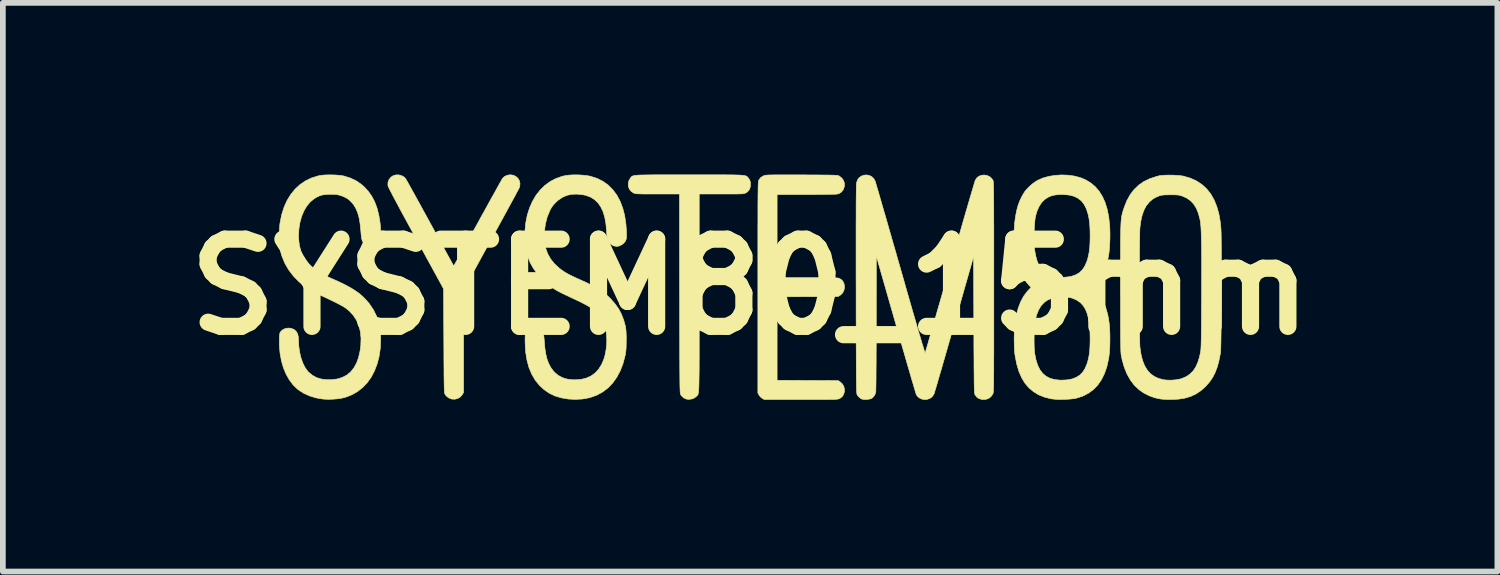
<source format=kicad_pcb>
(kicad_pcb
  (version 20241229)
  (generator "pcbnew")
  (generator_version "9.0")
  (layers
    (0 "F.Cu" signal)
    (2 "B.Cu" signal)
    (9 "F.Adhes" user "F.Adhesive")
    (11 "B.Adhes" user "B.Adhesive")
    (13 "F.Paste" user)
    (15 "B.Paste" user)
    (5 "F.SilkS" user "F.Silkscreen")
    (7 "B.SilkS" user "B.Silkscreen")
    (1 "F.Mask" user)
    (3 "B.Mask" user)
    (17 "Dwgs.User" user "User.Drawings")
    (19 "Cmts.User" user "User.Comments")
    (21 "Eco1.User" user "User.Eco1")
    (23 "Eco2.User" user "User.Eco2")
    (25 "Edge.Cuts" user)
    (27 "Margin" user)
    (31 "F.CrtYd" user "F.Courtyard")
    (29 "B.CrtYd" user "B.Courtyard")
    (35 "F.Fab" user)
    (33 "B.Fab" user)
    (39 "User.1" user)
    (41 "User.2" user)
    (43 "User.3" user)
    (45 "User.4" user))
  (footprint "SYSTEM80_15mm"
    (layer "F.Cu")
    (at 10.058 1.964)
    (property "Reference" "SYSTEM80_15mm" (at 0 0 0) (layer "F.SilkS") (effects (font (size 1.524 1.524) (thickness 0.3))))
    (attr through_hole)
    (fp_poly (pts (xy -4.137 -1.952) (xy -4.092 -1.93) (xy -4.056 -1.897) (xy -4.032 -1.855) (xy -4.021 -1.809) (xy -4.025 -1.759) (xy -4.034 -1.732) (xy -4.041 -1.719) (xy -4.056 -1.69) (xy -4.078 -1.649) (xy -4.107 -1.594) (xy -4.143 -1.528) (xy -4.185 -1.452) (xy -4.231 -1.366) (xy -4.283 -1.271) (xy -4.338 -1.17) (xy -4.397 -1.062) (xy -4.459 -0.949) (xy -4.523 -0.832) (xy -4.53 -0.819) (xy -5.007 0.054) (xy -5.007 1.844) (xy -5.029 1.882) (xy -5.062 1.921) (xy -5.106 1.948) (xy -5.157 1.962) (xy -5.21 1.96) (xy -5.22 1.958) (xy -5.265 1.94) (xy -5.305 1.91) (xy -5.332 1.875) (xy -5.334 1.869) (xy -5.337 1.862) (xy -5.339 1.851) (xy -5.341 1.836) (xy -5.342 1.815) (xy -5.344 1.789) (xy -5.345 1.755) (xy -5.346 1.712) (xy -5.347 1.66) (xy -5.348 1.598) (xy -5.349 1.523) (xy -5.349 1.436) (xy -5.35 1.335) (xy -5.351 1.219) (xy -5.351 1.087) (xy -5.352 0.939) (xy -5.357 0.032) (xy -5.84 -0.85) (xy -5.921 -0.999) (xy -5.994 -1.133) (xy -6.059 -1.252) (xy -6.116 -1.357) (xy -6.165 -1.449) (xy -6.207 -1.528) (xy -6.243 -1.594) (xy -6.271 -1.65) (xy -6.294 -1.694) (xy -6.311 -1.728) (xy -6.322 -1.752) (xy -6.328 -1.768) (xy -6.329 -1.772) (xy -6.328 -1.827) (xy -6.31 -1.875) (xy -6.278 -1.916) (xy -6.241 -1.942) (xy -6.193 -1.957) (xy -6.142 -1.958) (xy -6.092 -1.946) (xy -6.049 -1.922) (xy -6.021 -1.895) (xy -6.014 -1.882) (xy -5.998 -1.855) (xy -5.975 -1.815) (xy -5.946 -1.762) (xy -5.91 -1.697) (xy -5.869 -1.623) (xy -5.823 -1.539) (xy -5.772 -1.448) (xy -5.719 -1.35) (xy -5.662 -1.247) (xy -5.603 -1.139) (xy -5.593 -1.12) (xy -5.534 -1.013) (xy -5.478 -0.91) (xy -5.424 -0.812) (xy -5.375 -0.722) (xy -5.329 -0.639) (xy -5.289 -0.565) (xy -5.254 -0.502) (xy -5.225 -0.449) (xy -5.203 -0.409) (xy -5.188 -0.382) (xy -5.181 -0.37) (xy -5.18 -0.37) (xy -5.175 -0.376) (xy -5.162 -0.398) (xy -5.141 -0.433) (xy -5.114 -0.481) (xy -5.08 -0.541) (xy -5.04 -0.611) (xy -4.995 -0.691) (xy -4.946 -0.779) (xy -4.893 -0.874) (xy -4.837 -0.975) (xy -4.778 -1.082) (xy -4.758 -1.118) (xy -4.699 -1.227) (xy -4.641 -1.331) (xy -4.586 -1.431) (xy -4.535 -1.524) (xy -4.487 -1.609) (xy -4.445 -1.685) (xy -4.408 -1.752) (xy -4.377 -1.808) (xy -4.352 -1.851) (xy -4.335 -1.882) (xy -4.326 -1.898) (xy -4.324 -1.899) (xy -4.295 -1.927) (xy -4.255 -1.947) (xy -4.208 -1.958) (xy -4.188 -1.959) (xy -4.137 -1.952)) (stroke (width 0.01) (type solid)) (fill yes) (layer "F.SilkS"))
    (fp_poly (pts (xy 0.715 -1.958) (xy 0.839 -1.958) (xy 0.912 -1.958) (xy 1.033 -1.957) (xy 1.137 -1.957) (xy 1.225 -1.956) (xy 1.3 -1.955) (xy 1.361 -1.955) (xy 1.412 -1.954) (xy 1.452 -1.953) (xy 1.483 -1.951) (xy 1.507 -1.95) (xy 1.524 -1.948) (xy 1.537 -1.946) (xy 1.547 -1.943) (xy 1.554 -1.94) (xy 1.559 -1.937) (xy 1.603 -1.902) (xy 1.634 -1.858) (xy 1.649 -1.808) (xy 1.648 -1.757) (xy 1.631 -1.706) (xy 1.602 -1.664) (xy 1.566 -1.637) (xy 1.528 -1.623) (xy 1.512 -1.622) (xy 1.48 -1.62) (xy 1.434 -1.619) (xy 1.374 -1.618) (xy 1.304 -1.617) (xy 1.224 -1.616) (xy 1.137 -1.615) (xy 1.044 -1.615) (xy 0.982 -1.615) (xy 0.472 -1.615) (xy 0.472 -0.163) (xy 1 -0.163) (xy 1.112 -0.163) (xy 1.207 -0.163) (xy 1.287 -0.163) (xy 1.353 -0.162) (xy 1.406 -0.162) (xy 1.449 -0.161) (xy 1.483 -0.159) (xy 1.509 -0.158) (xy 1.528 -0.156) (xy 1.543 -0.154) (xy 1.554 -0.151) (xy 1.563 -0.147) (xy 1.566 -0.146) (xy 1.604 -0.12) (xy 1.631 -0.083) (xy 1.646 -0.039) (xy 1.65 0.009) (xy 1.641 0.056) (xy 1.621 0.099) (xy 1.588 0.135) (xy 1.578 0.142) (xy 1.539 0.168) (xy 1.005 0.17) (xy 0.472 0.173) (xy 0.472 1.632) (xy 1.005 1.635) (xy 1.539 1.637) (xy 1.578 1.663) (xy 1.614 1.697) (xy 1.638 1.739) (xy 1.649 1.785) (xy 1.648 1.833) (xy 1.634 1.879) (xy 1.609 1.918) (xy 1.571 1.947) (xy 1.566 1.95) (xy 1.558 1.953) (xy 1.55 1.956) (xy 1.54 1.959) (xy 1.526 1.961) (xy 1.508 1.963) (xy 1.484 1.965) (xy 1.453 1.966) (xy 1.414 1.967) (xy 1.364 1.967) (xy 1.304 1.968) (xy 1.231 1.968) (xy 1.144 1.968) (xy 1.042 1.968) (xy 0.924 1.968) (xy 0.888 1.968) (xy 0.249 1.968) (xy 0.213 1.948) (xy 0.184 1.925) (xy 0.16 1.896) (xy 0.157 1.891) (xy 0.136 1.855) (xy 0.136 0.011) (xy 0.136 -0.204) (xy 0.136 -0.402) (xy 0.136 -0.583) (xy 0.136 -0.748) (xy 0.136 -0.898) (xy 0.136 -1.034) (xy 0.137 -1.156) (xy 0.137 -1.265) (xy 0.137 -1.362) (xy 0.137 -1.447) (xy 0.138 -1.522) (xy 0.138 -1.587) (xy 0.139 -1.643) (xy 0.14 -1.69) (xy 0.14 -1.73) (xy 0.141 -1.763) (xy 0.142 -1.79) (xy 0.143 -1.811) (xy 0.145 -1.828) (xy 0.146 -1.84) (xy 0.148 -1.85) (xy 0.149 -1.857) (xy 0.151 -1.862) (xy 0.153 -1.867) (xy 0.154 -1.868) (xy 0.183 -1.909) (xy 0.225 -1.937) (xy 0.259 -1.95) (xy 0.272 -1.952) (xy 0.296 -1.954) (xy 0.332 -1.956) (xy 0.38 -1.957) (xy 0.442 -1.958) (xy 0.518 -1.958) (xy 0.609 -1.958) (xy 0.715 -1.958)) (stroke (width 0.01) (type solid)) (fill yes) (layer "F.SilkS"))
    (fp_poly (pts (xy -0.645 -1.959) (xy -0.539 -1.959) (xy -0.446 -1.959) (xy -0.366 -1.958) (xy -0.298 -1.958) (xy -0.241 -1.956) (xy -0.194 -1.955) (xy -0.155 -1.952) (xy -0.124 -1.95) (xy -0.1 -1.946) (xy -0.081 -1.942) (xy -0.067 -1.937) (xy -0.056 -1.931) (xy -0.048 -1.924) (xy -0.041 -1.917) (xy -0.035 -1.908) (xy -0.027 -1.898) (xy -0.024 -1.893) (xy -0.007 -1.869) (xy 0.002 -1.843) (xy 0.007 -1.809) (xy 0.007 -1.803) (xy 0.003 -1.745) (xy -0.015 -1.697) (xy -0.048 -1.66) (xy -0.072 -1.645) (xy -0.082 -1.64) (xy -0.092 -1.635) (xy -0.103 -1.632) (xy -0.118 -1.629) (xy -0.138 -1.627) (xy -0.166 -1.626) (xy -0.202 -1.625) (xy -0.248 -1.624) (xy -0.307 -1.624) (xy -0.379 -1.624) (xy -0.468 -1.624) (xy -0.889 -1.624) (xy -0.889 0.105) (xy -0.889 0.315) (xy -0.889 0.507) (xy -0.889 0.683) (xy -0.889 0.843) (xy -0.889 0.988) (xy -0.889 1.119) (xy -0.889 1.236) (xy -0.89 1.34) (xy -0.89 1.433) (xy -0.891 1.514) (xy -0.892 1.585) (xy -0.893 1.646) (xy -0.894 1.698) (xy -0.895 1.742) (xy -0.897 1.778) (xy -0.899 1.808) (xy -0.901 1.833) (xy -0.904 1.852) (xy -0.907 1.866) (xy -0.91 1.878) (xy -0.914 1.886) (xy -0.918 1.892) (xy -0.922 1.898) (xy -0.927 1.902) (xy -0.933 1.907) (xy -0.938 1.913) (xy -0.975 1.941) (xy -1.023 1.959) (xy -1.075 1.965) (xy -1.115 1.96) (xy -1.161 1.939) (xy -1.199 1.903) (xy -1.211 1.886) (xy -1.213 1.882) (xy -1.215 1.877) (xy -1.217 1.871) (xy -1.219 1.863) (xy -1.22 1.852) (xy -1.222 1.837) (xy -1.223 1.818) (xy -1.224 1.793) (xy -1.225 1.763) (xy -1.226 1.725) (xy -1.227 1.68) (xy -1.227 1.627) (xy -1.228 1.564) (xy -1.228 1.492) (xy -1.229 1.409) (xy -1.229 1.315) (xy -1.23 1.208) (xy -1.23 1.088) (xy -1.23 0.955) (xy -1.231 0.807) (xy -1.231 0.644) (xy -1.231 0.465) (xy -1.231 0.269) (xy -1.232 0.116) (xy -1.234 -1.624) (xy -1.616 -1.624) (xy -1.71 -1.624) (xy -1.787 -1.624) (xy -1.85 -1.624) (xy -1.899 -1.625) (xy -1.938 -1.626) (xy -1.968 -1.627) (xy -1.99 -1.629) (xy -2.006 -1.632) (xy -2.019 -1.635) (xy -2.03 -1.639) (xy -2.039 -1.643) (xy -2.081 -1.673) (xy -2.111 -1.712) (xy -2.127 -1.759) (xy -2.129 -1.809) (xy -2.117 -1.858) (xy -2.09 -1.904) (xy -2.088 -1.906) (xy -2.082 -1.915) (xy -2.075 -1.922) (xy -2.069 -1.929) (xy -2.061 -1.934) (xy -2.05 -1.939) (xy -2.036 -1.944) (xy -2.017 -1.947) (xy -1.992 -1.95) (xy -1.961 -1.953) (xy -1.922 -1.955) (xy -1.874 -1.956) (xy -1.816 -1.957) (xy -1.747 -1.958) (xy -1.667 -1.959) (xy -1.573 -1.959) (xy -1.466 -1.959) (xy -1.343 -1.959) (xy -1.204 -1.959) (xy -1.059 -1.959) (xy -0.905 -1.959) (xy -0.767 -1.959) (xy -0.645 -1.959)) (stroke (width 0.01) (type solid)) (fill yes) (layer "F.SilkS"))
    (fp_poly (pts (xy -7.273 -1.957) (xy -7.204 -1.953) (xy -7.144 -1.946) (xy -7.096 -1.938) (xy -7.095 -1.937) (xy -6.981 -1.901) (xy -6.878 -1.851) (xy -6.787 -1.787) (xy -6.747 -1.752) (xy -6.674 -1.674) (xy -6.612 -1.586) (xy -6.561 -1.489) (xy -6.52 -1.38) (xy -6.489 -1.257) (xy -6.472 -1.161) (xy -6.464 -1.099) (xy -6.459 -1.035) (xy -6.456 -0.972) (xy -6.456 -0.914) (xy -6.458 -0.864) (xy -6.463 -0.826) (xy -6.47 -0.802) (xy -6.503 -0.759) (xy -6.546 -0.729) (xy -6.595 -0.712) (xy -6.646 -0.71) (xy -6.697 -0.724) (xy -6.721 -0.738) (xy -6.744 -0.756) (xy -6.762 -0.777) (xy -6.776 -0.804) (xy -6.787 -0.84) (xy -6.794 -0.886) (xy -6.8 -0.947) (xy -6.803 -0.986) (xy -6.815 -1.104) (xy -6.832 -1.206) (xy -6.857 -1.295) (xy -6.889 -1.371) (xy -6.928 -1.436) (xy -6.96 -1.475) (xy -6.999 -1.514) (xy -7.038 -1.544) (xy -7.081 -1.568) (xy -7.135 -1.59) (xy -7.146 -1.594) (xy -7.179 -1.604) (xy -7.209 -1.611) (xy -7.241 -1.616) (xy -7.281 -1.618) (xy -7.33 -1.619) (xy -7.406 -1.616) (xy -7.47 -1.608) (xy -7.526 -1.591) (xy -7.58 -1.565) (xy -7.623 -1.538) (xy -7.69 -1.482) (xy -7.748 -1.411) (xy -7.798 -1.327) (xy -7.837 -1.233) (xy -7.866 -1.129) (xy -7.884 -1.017) (xy -7.891 -0.9) (xy -7.889 -0.839) (xy -7.877 -0.729) (xy -7.851 -0.63) (xy -7.812 -0.54) (xy -7.758 -0.458) (xy -7.716 -0.41) (xy -7.667 -0.361) (xy -7.617 -0.317) (xy -7.564 -0.278) (xy -7.505 -0.241) (xy -7.436 -0.204) (xy -7.356 -0.166) (xy -7.298 -0.14) (xy -7.177 -0.086) (xy -7.071 -0.034) (xy -6.979 0.016) (xy -6.899 0.066) (xy -6.829 0.116) (xy -6.768 0.169) (xy -6.712 0.225) (xy -6.661 0.285) (xy -6.649 0.301) (xy -6.582 0.401) (xy -6.53 0.505) (xy -6.492 0.615) (xy -6.468 0.733) (xy -6.457 0.862) (xy -6.456 0.93) (xy -6.463 1.078) (xy -6.484 1.218) (xy -6.518 1.348) (xy -6.564 1.467) (xy -6.621 1.576) (xy -6.69 1.673) (xy -6.77 1.757) (xy -6.86 1.828) (xy -6.96 1.885) (xy -7.068 1.927) (xy -7.14 1.945) (xy -7.204 1.955) (xy -7.279 1.961) (xy -7.357 1.964) (xy -7.429 1.962) (xy -7.469 1.959) (xy -7.585 1.939) (xy -7.694 1.906) (xy -7.795 1.861) (xy -7.883 1.806) (xy -7.908 1.787) (xy -7.984 1.714) (xy -8.051 1.626) (xy -8.108 1.525) (xy -8.155 1.413) (xy -8.19 1.291) (xy -8.214 1.161) (xy -8.226 1.024) (xy -8.226 0.923) (xy -8.225 0.874) (xy -8.222 0.839) (xy -8.219 0.815) (xy -8.213 0.798) (xy -8.205 0.784) (xy -8.205 0.783) (xy -8.17 0.75) (xy -8.125 0.728) (xy -8.074 0.719) (xy -8.023 0.723) (xy -7.976 0.741) (xy -7.967 0.746) (xy -7.93 0.779) (xy -7.906 0.822) (xy -7.894 0.877) (xy -7.892 0.917) (xy -7.887 1.031) (xy -7.872 1.14) (xy -7.848 1.24) (xy -7.816 1.331) (xy -7.776 1.41) (xy -7.729 1.475) (xy -7.714 1.491) (xy -7.649 1.544) (xy -7.578 1.584) (xy -7.498 1.609) (xy -7.407 1.621) (xy -7.317 1.621) (xy -7.216 1.609) (xy -7.127 1.582) (xy -7.048 1.541) (xy -6.98 1.485) (xy -6.923 1.414) (xy -6.876 1.329) (xy -6.841 1.23) (xy -6.815 1.115) (xy -6.803 1.022) (xy -6.799 0.898) (xy -6.81 0.783) (xy -6.837 0.677) (xy -6.879 0.58) (xy -6.936 0.494) (xy -7.008 0.417) (xy -7.079 0.361) (xy -7.107 0.344) (xy -7.148 0.321) (xy -7.2 0.293) (xy -7.26 0.263) (xy -7.324 0.232) (xy -7.389 0.2) (xy -7.454 0.17) (xy -7.514 0.143) (xy -7.525 0.138) (xy -7.657 0.073) (xy -7.778 -0.005) (xy -7.886 -0.093) (xy -7.981 -0.19) (xy -8.063 -0.297) (xy -8.129 -0.411) (xy -8.179 -0.531) (xy -8.198 -0.594) (xy -8.211 -0.659) (xy -8.22 -0.737) (xy -8.226 -0.824) (xy -8.228 -0.913) (xy -8.225 -1.001) (xy -8.219 -1.083) (xy -8.215 -1.114) (xy -8.187 -1.257) (xy -8.146 -1.388) (xy -8.093 -1.507) (xy -8.029 -1.613) (xy -7.953 -1.707) (xy -7.867 -1.787) (xy -7.77 -1.853) (xy -7.664 -1.904) (xy -7.548 -1.94) (xy -7.521 -1.946) (xy -7.473 -1.953) (xy -7.412 -1.957) (xy -7.343 -1.958) (xy -7.273 -1.957)) (stroke (width 0.01) (type solid)) (fill yes) (layer "F.SilkS"))
    (fp_poly (pts (xy -3.005 -1.958) (xy -2.924 -1.953) (xy -2.849 -1.945) (xy -2.786 -1.933) (xy -2.785 -1.932) (xy -2.671 -1.895) (xy -2.569 -1.843) (xy -2.477 -1.777) (xy -2.397 -1.696) (xy -2.328 -1.603) (xy -2.271 -1.496) (xy -2.225 -1.375) (xy -2.191 -1.242) (xy -2.17 -1.097) (xy -2.162 -0.993) (xy -2.16 -0.945) (xy -2.16 -0.901) (xy -2.161 -0.865) (xy -2.162 -0.842) (xy -2.163 -0.841) (xy -2.179 -0.8) (xy -2.208 -0.764) (xy -2.248 -0.734) (xy -2.292 -0.714) (xy -2.331 -0.708) (xy -2.379 -0.716) (xy -2.425 -0.739) (xy -2.463 -0.774) (xy -2.489 -0.815) (xy -2.493 -0.828) (xy -2.497 -0.848) (xy -2.501 -0.882) (xy -2.505 -0.925) (xy -2.508 -0.971) (xy -2.508 -0.973) (xy -2.519 -1.102) (xy -2.54 -1.217) (xy -2.57 -1.317) (xy -2.611 -1.402) (xy -2.661 -1.473) (xy -2.722 -1.529) (xy -2.793 -1.572) (xy -2.875 -1.601) (xy -2.917 -1.61) (xy -3.02 -1.622) (xy -3.114 -1.619) (xy -3.199 -1.601) (xy -3.278 -1.567) (xy -3.352 -1.517) (xy -3.394 -1.479) (xy -3.431 -1.44) (xy -3.458 -1.406) (xy -3.482 -1.368) (xy -3.504 -1.324) (xy -3.547 -1.217) (xy -3.577 -1.1) (xy -3.593 -0.979) (xy -3.596 -0.858) (xy -3.584 -0.741) (xy -3.57 -0.671) (xy -3.536 -0.577) (xy -3.485 -0.487) (xy -3.418 -0.404) (xy -3.334 -0.327) (xy -3.331 -0.325) (xy -3.292 -0.295) (xy -3.253 -0.268) (xy -3.211 -0.242) (xy -3.163 -0.216) (xy -3.107 -0.188) (xy -3.039 -0.156) (xy -2.965 -0.123) (xy -2.862 -0.076) (xy -2.774 -0.033) (xy -2.697 0.007) (xy -2.631 0.047) (xy -2.572 0.088) (xy -2.518 0.131) (xy -2.467 0.178) (xy -2.435 0.21) (xy -2.359 0.297) (xy -2.297 0.384) (xy -2.249 0.475) (xy -2.21 0.576) (xy -2.21 0.576) (xy -2.195 0.627) (xy -2.183 0.672) (xy -2.174 0.714) (xy -2.169 0.758) (xy -2.166 0.808) (xy -2.164 0.867) (xy -2.164 0.934) (xy -2.165 1.002) (xy -2.166 1.056) (xy -2.169 1.1) (xy -2.173 1.138) (xy -2.179 1.175) (xy -2.185 1.204) (xy -2.222 1.343) (xy -2.271 1.469) (xy -2.331 1.581) (xy -2.402 1.68) (xy -2.483 1.765) (xy -2.576 1.835) (xy -2.678 1.891) (xy -2.79 1.931) (xy -2.812 1.937) (xy -2.931 1.959) (xy -3.059 1.965) (xy -3.178 1.959) (xy -3.3 1.938) (xy -3.41 1.905) (xy -3.51 1.857) (xy -3.601 1.794) (xy -3.68 1.721) (xy -3.754 1.63) (xy -3.815 1.526) (xy -3.864 1.409) (xy -3.899 1.28) (xy -3.922 1.139) (xy -3.931 0.985) (xy -3.932 0.962) (xy -3.932 0.908) (xy -3.931 0.868) (xy -3.93 0.84) (xy -3.927 0.821) (xy -3.922 0.806) (xy -3.914 0.792) (xy -3.912 0.788) (xy -3.88 0.753) (xy -3.838 0.73) (xy -3.79 0.718) (xy -3.741 0.719) (xy -3.694 0.733) (xy -3.667 0.75) (xy -3.642 0.772) (xy -3.625 0.796) (xy -3.612 0.825) (xy -3.604 0.863) (xy -3.599 0.913) (xy -3.597 0.942) (xy -3.587 1.063) (xy -3.571 1.169) (xy -3.549 1.26) (xy -3.519 1.34) (xy -3.482 1.41) (xy -3.437 1.47) (xy -3.414 1.495) (xy -3.353 1.546) (xy -3.283 1.584) (xy -3.204 1.609) (xy -3.113 1.622) (xy -3.057 1.623) (xy -2.954 1.616) (xy -2.861 1.593) (xy -2.779 1.556) (xy -2.706 1.503) (xy -2.645 1.436) (xy -2.594 1.354) (xy -2.554 1.259) (xy -2.533 1.184) (xy -2.517 1.098) (xy -2.507 1.01) (xy -2.504 0.93) (xy -2.511 0.813) (xy -2.532 0.708) (xy -2.567 0.612) (xy -2.616 0.526) (xy -2.681 0.449) (xy -2.716 0.415) (xy -2.754 0.384) (xy -2.798 0.353) (xy -2.851 0.322) (xy -2.915 0.288) (xy -2.993 0.249) (xy -3.021 0.236) (xy -3.079 0.209) (xy -3.14 0.18) (xy -3.199 0.152) (xy -3.25 0.128) (xy -3.28 0.114) (xy -3.378 0.063) (xy -3.465 0.008) (xy -3.546 -0.056) (xy -3.613 -0.117) (xy -3.705 -0.215) (xy -3.78 -0.313) (xy -3.839 -0.415) (xy -3.883 -0.523) (xy -3.913 -0.639) (xy -3.93 -0.765) (xy -3.935 -0.832) (xy -3.934 -0.981) (xy -3.92 -1.123) (xy -3.893 -1.257) (xy -3.853 -1.382) (xy -3.802 -1.497) (xy -3.74 -1.602) (xy -3.667 -1.695) (xy -3.584 -1.776) (xy -3.491 -1.843) (xy -3.39 -1.896) (xy -3.28 -1.934) (xy -3.225 -1.946) (xy -3.161 -1.954) (xy -3.086 -1.958) (xy -3.005 -1.958)) (stroke (width 0.01) (type solid)) (fill yes) (layer "F.SilkS"))
    (fp_poly (pts (xy 7.397 -1.953) (xy 7.466 -1.949) (xy 7.528 -1.943) (xy 7.579 -1.935) (xy 7.581 -1.934) (xy 7.698 -1.899) (xy 7.803 -1.851) (xy 7.897 -1.789) (xy 7.979 -1.714) (xy 8.05 -1.624) (xy 8.109 -1.521) (xy 8.156 -1.404) (xy 8.193 -1.273) (xy 8.218 -1.128) (xy 8.228 -1.019) (xy 8.23 -0.983) (xy 8.232 -0.928) (xy 8.233 -0.856) (xy 8.234 -0.765) (xy 8.235 -0.657) (xy 8.235 -0.531) (xy 8.235 -0.388) (xy 8.235 -0.227) (xy 8.235 -0.048) (xy 8.234 0.104) (xy 8.234 0.262) (xy 8.233 0.403) (xy 8.232 0.528) (xy 8.232 0.639) (xy 8.231 0.735) (xy 8.23 0.818) (xy 8.229 0.89) (xy 8.228 0.951) (xy 8.227 1.003) (xy 8.226 1.046) (xy 8.224 1.081) (xy 8.223 1.111) (xy 8.221 1.135) (xy 8.219 1.155) (xy 8.217 1.171) (xy 8.215 1.179) (xy 8.191 1.301) (xy 8.161 1.408) (xy 8.124 1.502) (xy 8.081 1.586) (xy 8.028 1.662) (xy 7.966 1.733) (xy 7.956 1.743) (xy 7.877 1.813) (xy 7.792 1.87) (xy 7.7 1.913) (xy 7.6 1.943) (xy 7.489 1.961) (xy 7.365 1.967) (xy 7.336 1.967) (xy 7.286 1.966) (xy 7.238 1.964) (xy 7.196 1.961) (xy 7.171 1.958) (xy 7.072 1.937) (xy 6.973 1.901) (xy 6.88 1.854) (xy 6.799 1.798) (xy 6.717 1.721) (xy 6.647 1.629) (xy 6.587 1.523) (xy 6.538 1.402) (xy 6.5 1.267) (xy 6.484 1.188) (xy 6.483 1.174) (xy 6.481 1.154) (xy 6.479 1.127) (xy 6.478 1.091) (xy 6.477 1.047) (xy 6.476 0.993) (xy 6.475 0.928) (xy 6.474 0.852) (xy 6.474 0.764) (xy 6.473 0.662) (xy 6.473 0.546) (xy 6.473 0.415) (xy 6.473 0.268) (xy 6.472 0.104) (xy 6.472 0.018) (xy 6.803 0.018) (xy 6.803 0.142) (xy 6.804 0.264) (xy 6.804 0.383) (xy 6.804 0.497) (xy 6.805 0.605) (xy 6.806 0.706) (xy 6.807 0.796) (xy 6.808 0.876) (xy 6.809 0.944) (xy 6.81 0.998) (xy 6.812 1.036) (xy 6.813 1.054) (xy 6.831 1.176) (xy 6.857 1.282) (xy 6.893 1.374) (xy 6.939 1.451) (xy 6.994 1.514) (xy 7.061 1.563) (xy 7.137 1.599) (xy 7.225 1.622) (xy 7.238 1.624) (xy 7.3 1.629) (xy 7.37 1.629) (xy 7.441 1.623) (xy 7.507 1.611) (xy 7.544 1.601) (xy 7.621 1.568) (xy 7.686 1.524) (xy 7.742 1.469) (xy 7.788 1.4) (xy 7.825 1.316) (xy 7.855 1.218) (xy 7.871 1.142) (xy 7.873 1.127) (xy 7.876 1.109) (xy 7.878 1.088) (xy 7.879 1.063) (xy 7.881 1.033) (xy 7.882 0.995) (xy 7.883 0.95) (xy 7.885 0.897) (xy 7.885 0.833) (xy 7.886 0.758) (xy 7.887 0.672) (xy 7.888 0.571) (xy 7.888 0.457) (xy 7.889 0.327) (xy 7.89 0.18) (xy 7.89 0.125) (xy 7.89 -0.051) (xy 7.891 -0.211) (xy 7.891 -0.354) (xy 7.891 -0.482) (xy 7.89 -0.596) (xy 7.889 -0.697) (xy 7.888 -0.785) (xy 7.886 -0.863) (xy 7.884 -0.93) (xy 7.882 -0.988) (xy 7.879 -1.038) (xy 7.876 -1.081) (xy 7.872 -1.118) (xy 7.868 -1.15) (xy 7.863 -1.178) (xy 7.861 -1.184) (xy 7.834 -1.286) (xy 7.799 -1.373) (xy 7.754 -1.445) (xy 7.699 -1.504) (xy 7.634 -1.551) (xy 7.557 -1.586) (xy 7.548 -1.589) (xy 7.523 -1.597) (xy 7.499 -1.603) (xy 7.473 -1.607) (xy 7.439 -1.609) (xy 7.395 -1.61) (xy 7.343 -1.61) (xy 7.286 -1.609) (xy 7.243 -1.608) (xy 7.21 -1.605) (xy 7.185 -1.601) (xy 7.162 -1.595) (xy 7.144 -1.589) (xy 7.083 -1.563) (xy 7.033 -1.533) (xy 6.988 -1.494) (xy 6.97 -1.476) (xy 6.92 -1.413) (xy 6.88 -1.336) (xy 6.849 -1.246) (xy 6.826 -1.14) (xy 6.814 -1.048) (xy 6.812 -1.023) (xy 6.81 -0.981) (xy 6.809 -0.924) (xy 6.808 -0.853) (xy 6.807 -0.77) (xy 6.806 -0.677) (xy 6.805 -0.575) (xy 6.805 -0.465) (xy 6.804 -0.349) (xy 6.804 -0.229) (xy 6.803 -0.106) (xy 6.803 0.018) (xy 6.472 0.018) (xy 6.472 0.009) (xy 6.472 -0.163) (xy 6.472 -0.317) (xy 6.473 -0.456) (xy 6.473 -0.579) (xy 6.473 -0.688) (xy 6.474 -0.785) (xy 6.474 -0.87) (xy 6.476 -0.944) (xy 6.477 -1.008) (xy 6.479 -1.063) (xy 6.481 -1.111) (xy 6.484 -1.152) (xy 6.488 -1.188) (xy 6.492 -1.219) (xy 6.496 -1.247) (xy 6.502 -1.272) (xy 6.508 -1.296) (xy 6.515 -1.319) (xy 6.522 -1.343) (xy 6.531 -1.369) (xy 6.537 -1.387) (xy 6.584 -1.507) (xy 6.642 -1.612) (xy 6.711 -1.702) (xy 6.791 -1.779) (xy 6.883 -1.843) (xy 6.988 -1.893) (xy 7.105 -1.931) (xy 7.153 -1.943) (xy 7.199 -1.949) (xy 7.259 -1.953) (xy 7.326 -1.954) (xy 7.397 -1.953)) (stroke (width 0.01) (type solid)) (fill yes) (layer "F.SilkS"))
    (fp_poly (pts (xy 5.553 -1.953) (xy 5.662 -1.938) (xy 5.765 -1.912) (xy 5.857 -1.875) (xy 5.859 -1.874) (xy 5.95 -1.819) (xy 6.03 -1.753) (xy 6.098 -1.674) (xy 6.156 -1.582) (xy 6.203 -1.477) (xy 6.24 -1.358) (xy 6.267 -1.225) (xy 6.283 -1.077) (xy 6.286 -1.035) (xy 6.289 -0.933) (xy 6.288 -0.826) (xy 6.283 -0.719) (xy 6.275 -0.619) (xy 6.263 -0.537) (xy 6.25 -0.473) (xy 6.232 -0.403) (xy 6.21 -0.333) (xy 6.186 -0.269) (xy 6.163 -0.217) (xy 6.159 -0.209) (xy 6.137 -0.171) (xy 6.109 -0.129) (xy 6.078 -0.088) (xy 6.049 -0.051) (xy 6.024 -0.024) (xy 6.016 -0.017) (xy 5.992 0.003) (xy 6.031 0.044) (xy 6.103 0.134) (xy 6.164 0.237) (xy 6.213 0.353) (xy 6.25 0.484) (xy 6.264 0.557) (xy 6.276 0.642) (xy 6.284 0.74) (xy 6.288 0.846) (xy 6.288 0.954) (xy 6.285 1.061) (xy 6.278 1.16) (xy 6.267 1.247) (xy 6.264 1.261) (xy 6.234 1.396) (xy 6.192 1.516) (xy 6.139 1.623) (xy 6.075 1.715) (xy 6 1.793) (xy 5.913 1.857) (xy 5.814 1.908) (xy 5.71 1.942) (xy 5.662 1.952) (xy 5.6 1.959) (xy 5.53 1.964) (xy 5.457 1.966) (xy 5.385 1.966) (xy 5.32 1.962) (xy 5.266 1.956) (xy 5.259 1.955) (xy 5.145 1.926) (xy 5.042 1.885) (xy 4.952 1.83) (xy 4.872 1.763) (xy 4.803 1.682) (xy 4.746 1.587) (xy 4.698 1.478) (xy 4.661 1.354) (xy 4.633 1.215) (xy 4.626 1.166) (xy 4.621 1.119) (xy 4.618 1.058) (xy 4.616 0.988) (xy 4.616 0.97) (xy 4.963 0.97) (xy 4.965 1.044) (xy 4.968 1.11) (xy 4.974 1.163) (xy 4.974 1.166) (xy 4.996 1.276) (xy 5.026 1.369) (xy 5.065 1.448) (xy 5.114 1.512) (xy 5.172 1.561) (xy 5.241 1.597) (xy 5.321 1.619) (xy 5.413 1.629) (xy 5.484 1.628) (xy 5.54 1.624) (xy 5.593 1.616) (xy 5.634 1.606) (xy 5.704 1.578) (xy 5.763 1.54) (xy 5.812 1.491) (xy 5.852 1.428) (xy 5.885 1.351) (xy 5.9 1.305) (xy 5.915 1.243) (xy 5.927 1.178) (xy 5.935 1.106) (xy 5.94 1.023) (xy 5.942 0.927) (xy 5.942 0.902) (xy 5.939 0.769) (xy 5.929 0.651) (xy 5.913 0.549) (xy 5.889 0.461) (xy 5.858 0.386) (xy 5.818 0.324) (xy 5.77 0.273) (xy 5.713 0.233) (xy 5.647 0.203) (xy 5.62 0.194) (xy 5.569 0.183) (xy 5.508 0.178) (xy 5.44 0.177) (xy 5.373 0.18) (xy 5.313 0.188) (xy 5.275 0.197) (xy 5.202 0.228) (xy 5.139 0.271) (xy 5.086 0.328) (xy 5.043 0.4) (xy 5.008 0.486) (xy 4.988 0.559) (xy 4.98 0.604) (xy 4.974 0.664) (xy 4.969 0.735) (xy 4.965 0.812) (xy 4.963 0.892) (xy 4.963 0.97) (xy 4.616 0.97) (xy 4.615 0.914) (xy 4.616 0.839) (xy 4.618 0.768) (xy 4.621 0.705) (xy 4.625 0.656) (xy 4.626 0.649) (xy 4.65 0.505) (xy 4.684 0.376) (xy 4.727 0.262) (xy 4.78 0.163) (xy 4.843 0.079) (xy 4.872 0.048) (xy 4.91 0.009) (xy 4.87 -0.034) (xy 4.806 -0.112) (xy 4.751 -0.199) (xy 4.707 -0.296) (xy 4.671 -0.405) (xy 4.644 -0.526) (xy 4.625 -0.662) (xy 4.617 -0.757) (xy 4.614 -0.835) (xy 4.962 -0.835) (xy 4.964 -0.763) (xy 4.967 -0.699) (xy 4.971 -0.656) (xy 4.989 -0.552) (xy 5.014 -0.46) (xy 5.045 -0.38) (xy 5.083 -0.316) (xy 5.09 -0.307) (xy 5.134 -0.264) (xy 5.191 -0.227) (xy 5.257 -0.197) (xy 5.329 -0.177) (xy 5.357 -0.172) (xy 5.411 -0.168) (xy 5.474 -0.168) (xy 5.539 -0.173) (xy 5.597 -0.181) (xy 5.62 -0.187) (xy 5.693 -0.212) (xy 5.755 -0.249) (xy 5.806 -0.298) (xy 5.848 -0.361) (xy 5.883 -0.439) (xy 5.9 -0.492) (xy 5.915 -0.553) (xy 5.927 -0.618) (xy 5.935 -0.69) (xy 5.94 -0.773) (xy 5.942 -0.87) (xy 5.942 -0.894) (xy 5.941 -0.987) (xy 5.937 -1.067) (xy 5.931 -1.136) (xy 5.922 -1.199) (xy 5.909 -1.259) (xy 5.906 -1.274) (xy 5.876 -1.366) (xy 5.838 -1.441) (xy 5.79 -1.503) (xy 5.731 -1.55) (xy 5.661 -1.584) (xy 5.578 -1.605) (xy 5.483 -1.614) (xy 5.455 -1.615) (xy 5.383 -1.613) (xy 5.324 -1.606) (xy 5.271 -1.593) (xy 5.219 -1.573) (xy 5.211 -1.569) (xy 5.149 -1.529) (xy 5.094 -1.474) (xy 5.049 -1.404) (xy 5.012 -1.32) (xy 4.989 -1.238) (xy 4.981 -1.194) (xy 4.974 -1.135) (xy 4.969 -1.066) (xy 4.965 -0.991) (xy 4.963 -0.912) (xy 4.962 -0.835) (xy 4.614 -0.835) (xy 4.613 -0.875) (xy 4.615 -0.995) (xy 4.623 -1.115) (xy 4.638 -1.229) (xy 4.658 -1.333) (xy 4.683 -1.425) (xy 4.686 -1.434) (xy 4.713 -1.504) (xy 4.746 -1.574) (xy 4.781 -1.636) (xy 4.804 -1.671) (xy 4.844 -1.718) (xy 4.894 -1.767) (xy 4.948 -1.812) (xy 5.002 -1.849) (xy 5.022 -1.861) (xy 5.114 -1.902) (xy 5.216 -1.931) (xy 5.326 -1.949) (xy 5.439 -1.957) (xy 5.553 -1.953)) (stroke (width 0.01) (type solid)) (fill yes) (layer "F.SilkS"))
    (fp_poly (pts (xy 2.083 -1.948) (xy 2.125 -1.928) (xy 2.16 -1.894) (xy 2.183 -1.854) (xy 2.188 -1.841) (xy 2.197 -1.811) (xy 2.21 -1.765) (xy 2.228 -1.705) (xy 2.25 -1.631) (xy 2.275 -1.544) (xy 2.303 -1.446) (xy 2.335 -1.336) (xy 2.37 -1.217) (xy 2.407 -1.088) (xy 2.446 -0.951) (xy 2.487 -0.808) (xy 2.531 -0.657) (xy 2.575 -0.502) (xy 2.621 -0.342) (xy 2.627 -0.32) (xy 2.686 -0.115) (xy 2.74 0.076) (xy 2.791 0.252) (xy 2.837 0.413) (xy 2.88 0.559) (xy 2.918 0.69) (xy 2.951 0.805) (xy 2.981 0.904) (xy 3.005 0.987) (xy 3.026 1.053) (xy 3.041 1.103) (xy 3.052 1.137) (xy 3.058 1.153) (xy 3.059 1.154) (xy 3.063 1.144) (xy 3.07 1.117) (xy 3.083 1.075) (xy 3.1 1.017) (xy 3.12 0.946) (xy 3.144 0.863) (xy 3.172 0.767) (xy 3.203 0.66) (xy 3.237 0.543) (xy 3.273 0.416) (xy 3.312 0.282) (xy 3.353 0.14) (xy 3.396 -0.009) (xy 3.441 -0.164) (xy 3.486 -0.323) (xy 3.493 -0.345) (xy 3.539 -0.505) (xy 3.584 -0.66) (xy 3.627 -0.811) (xy 3.669 -0.955) (xy 3.708 -1.092) (xy 3.745 -1.22) (xy 3.78 -1.34) (xy 3.812 -1.45) (xy 3.841 -1.549) (xy 3.867 -1.636) (xy 3.889 -1.711) (xy 3.907 -1.771) (xy 3.92 -1.818) (xy 3.93 -1.848) (xy 3.934 -1.863) (xy 3.935 -1.863) (xy 3.962 -1.905) (xy 3.999 -1.934) (xy 4.043 -1.951) (xy 4.09 -1.956) (xy 4.138 -1.949) (xy 4.183 -1.929) (xy 4.221 -1.897) (xy 4.243 -1.865) (xy 4.245 -1.861) (xy 4.247 -1.855) (xy 4.249 -1.847) (xy 4.25 -1.835) (xy 4.251 -1.819) (xy 4.252 -1.798) (xy 4.253 -1.772) (xy 4.254 -1.74) (xy 4.255 -1.7) (xy 4.256 -1.653) (xy 4.256 -1.597) (xy 4.257 -1.533) (xy 4.257 -1.458) (xy 4.258 -1.372) (xy 4.258 -1.275) (xy 4.258 -1.165) (xy 4.259 -1.043) (xy 4.259 -0.907) (xy 4.259 -0.756) (xy 4.259 -0.591) (xy 4.259 -0.409) (xy 4.259 -0.211) (xy 4.259 0) (xy 4.259 0.215) (xy 4.259 0.412) (xy 4.259 0.593) (xy 4.259 0.757) (xy 4.259 0.907) (xy 4.259 1.042) (xy 4.259 1.164) (xy 4.258 1.272) (xy 4.258 1.369) (xy 4.258 1.454) (xy 4.257 1.529) (xy 4.257 1.593) (xy 4.256 1.649) (xy 4.256 1.696) (xy 4.255 1.735) (xy 4.254 1.768) (xy 4.253 1.794) (xy 4.252 1.816) (xy 4.25 1.832) (xy 4.249 1.845) (xy 4.247 1.854) (xy 4.246 1.861) (xy 4.244 1.866) (xy 4.242 1.871) (xy 4.241 1.873) (xy 4.209 1.917) (xy 4.168 1.949) (xy 4.119 1.965) (xy 4.11 1.966) (xy 4.049 1.966) (xy 3.998 1.951) (xy 3.958 1.922) (xy 3.93 1.884) (xy 3.928 1.878) (xy 3.926 1.871) (xy 3.924 1.861) (xy 3.922 1.847) (xy 3.921 1.828) (xy 3.919 1.803) (xy 3.918 1.772) (xy 3.917 1.733) (xy 3.916 1.685) (xy 3.915 1.628) (xy 3.915 1.56) (xy 3.914 1.481) (xy 3.913 1.39) (xy 3.913 1.286) (xy 3.912 1.167) (xy 3.911 1.033) (xy 3.911 0.883) (xy 3.91 0.717) (xy 3.91 0.663) (xy 3.905 -0.528) (xy 3.566 0.659) (xy 3.525 0.802) (xy 3.485 0.94) (xy 3.447 1.073) (xy 3.411 1.199) (xy 3.376 1.318) (xy 3.345 1.428) (xy 3.315 1.528) (xy 3.289 1.618) (xy 3.267 1.696) (xy 3.247 1.761) (xy 3.232 1.812) (xy 3.221 1.849) (xy 3.215 1.869) (xy 3.213 1.873) (xy 3.182 1.919) (xy 3.14 1.95) (xy 3.089 1.966) (xy 3.057 1.968) (xy 3.002 1.961) (xy 2.954 1.938) (xy 2.918 1.903) (xy 2.905 1.883) (xy 2.901 1.871) (xy 2.892 1.843) (xy 2.879 1.799) (xy 2.862 1.741) (xy 2.841 1.67) (xy 2.816 1.586) (xy 2.789 1.491) (xy 2.758 1.386) (xy 2.725 1.272) (xy 2.69 1.149) (xy 2.652 1.019) (xy 2.613 0.883) (xy 2.573 0.742) (xy 2.549 0.658) (xy 2.206 -0.54) (xy 2.205 0.63) (xy 2.204 0.775) (xy 2.204 0.916) (xy 2.204 1.051) (xy 2.203 1.178) (xy 2.203 1.298) (xy 2.202 1.409) (xy 2.201 1.51) (xy 2.201 1.6) (xy 2.2 1.677) (xy 2.199 1.741) (xy 2.198 1.79) (xy 2.197 1.823) (xy 2.196 1.839) (xy 2.196 1.84) (xy 2.178 1.89) (xy 2.146 1.931) (xy 2.128 1.945) (xy 2.104 1.956) (xy 2.068 1.963) (xy 2.028 1.967) (xy 1.988 1.966) (xy 1.956 1.961) (xy 1.95 1.959) (xy 1.914 1.935) (xy 1.881 1.9) (xy 1.87 1.882) (xy 1.868 1.878) (xy 1.867 1.872) (xy 1.865 1.862) (xy 1.864 1.849) (xy 1.863 1.832) (xy 1.861 1.809) (xy 1.86 1.78) (xy 1.859 1.745) (xy 1.859 1.702) (xy 1.858 1.651) (xy 1.857 1.592) (xy 1.857 1.522) (xy 1.856 1.442) (xy 1.856 1.351) (xy 1.855 1.249) (xy 1.855 1.133) (xy 1.854 1.004) (xy 1.854 0.861) (xy 1.854 0.704) (xy 1.853 0.53) (xy 1.853 0.34) (xy 1.853 0.134) (xy 1.853 0.041) (xy 1.852 -0.191) (xy 1.852 -0.405) (xy 1.852 -0.601) (xy 1.852 -0.781) (xy 1.852 -0.945) (xy 1.852 -1.093) (xy 1.853 -1.226) (xy 1.853 -1.344) (xy 1.853 -1.448) (xy 1.854 -1.538) (xy 1.855 -1.615) (xy 1.856 -1.679) (xy 1.856 -1.731) (xy 1.857 -1.771) (xy 1.859 -1.8) (xy 1.86 -1.818) (xy 1.861 -1.823) (xy 1.879 -1.872) (xy 1.908 -1.911) (xy 1.947 -1.938) (xy 1.991 -1.953) (xy 2.037 -1.957) (xy 2.083 -1.948)) (stroke (width 0.01) (type solid)) (fill yes) (layer "F.SilkS")))
  (gr_rect
    (start -3 -3)
    (end 23.117 6.938)
    (stroke (width 0.1) (type default))
    (fill no)
    (layer "Edge.Cuts")))
</source>
